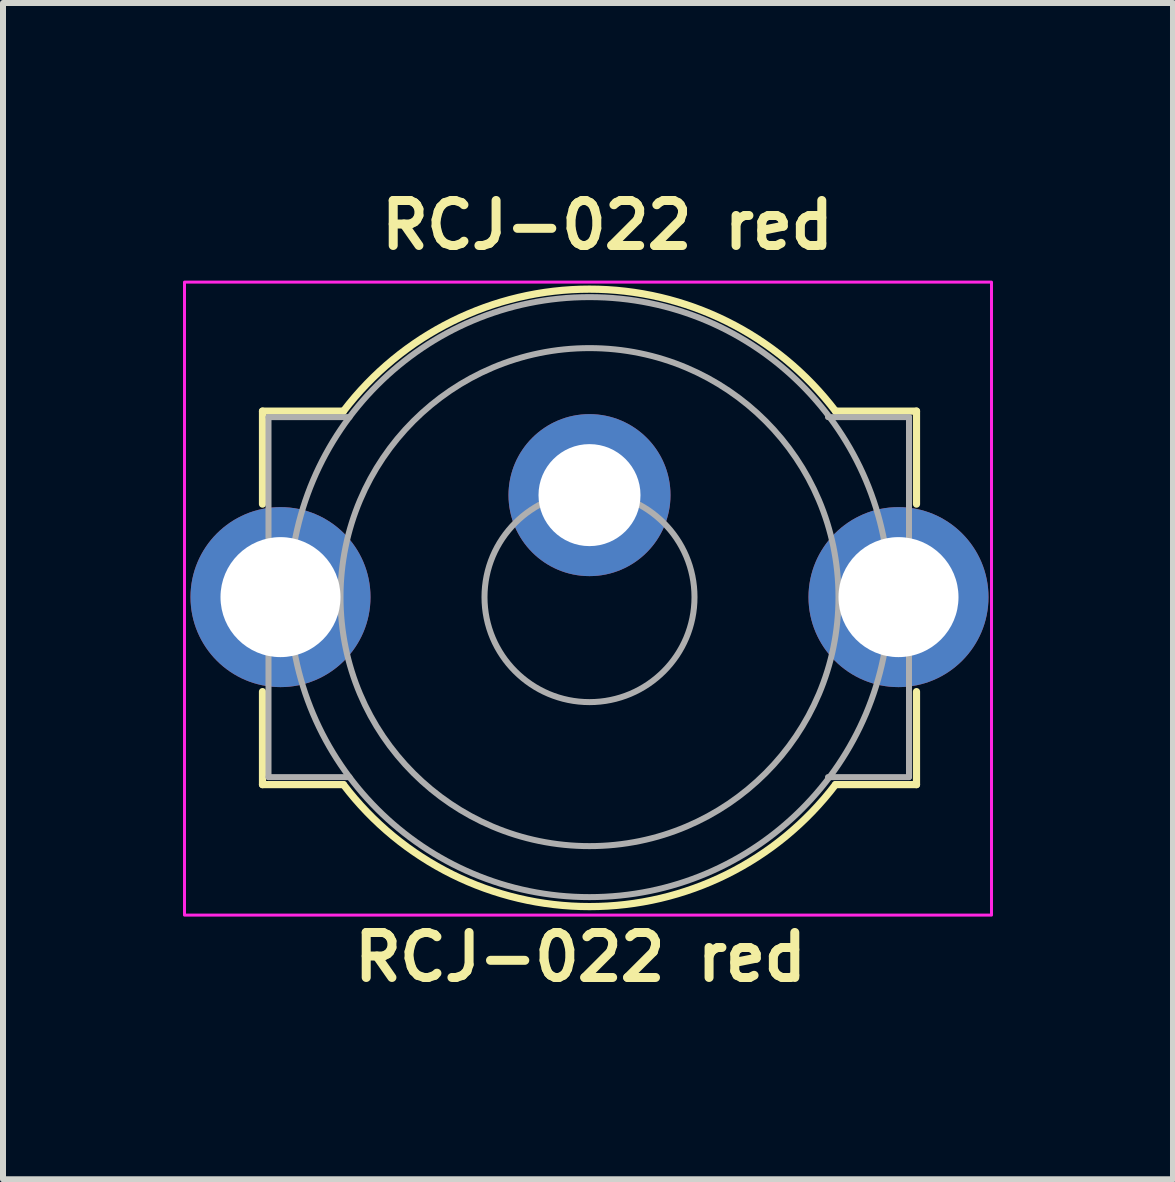
<source format=kicad_pcb>
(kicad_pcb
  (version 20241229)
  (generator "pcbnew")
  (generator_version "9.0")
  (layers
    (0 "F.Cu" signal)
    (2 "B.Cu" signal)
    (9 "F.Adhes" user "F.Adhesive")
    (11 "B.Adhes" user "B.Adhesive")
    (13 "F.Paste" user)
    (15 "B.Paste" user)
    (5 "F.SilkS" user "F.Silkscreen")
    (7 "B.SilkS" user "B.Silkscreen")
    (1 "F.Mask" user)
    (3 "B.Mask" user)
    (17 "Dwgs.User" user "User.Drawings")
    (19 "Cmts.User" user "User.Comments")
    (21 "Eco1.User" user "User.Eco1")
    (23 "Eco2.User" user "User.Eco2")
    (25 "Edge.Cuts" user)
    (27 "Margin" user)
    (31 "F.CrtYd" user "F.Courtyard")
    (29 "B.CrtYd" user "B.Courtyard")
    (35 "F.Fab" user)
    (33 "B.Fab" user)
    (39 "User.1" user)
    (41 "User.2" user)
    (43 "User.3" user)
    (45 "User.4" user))
  (footprint "RCJ-022 red"
    (layer "F.Cu")
    (at 1.625 6.902)
    (property "Reference" "RCJ-022 red" (at 5.45 -6.2 0) (layer "F.SilkS") (effects (font (size 0.75 0.75) (thickness 0.15))))
    (property "Value" "RCJ-022 red" (at 5.4 6.15 0) (layer "F.Fab") (hide yes) (effects (font (size 1 1) (thickness 0.15))))
    (fp_line (start -0.3 -3.1) (end -0.3 -1.55) (stroke (width 0.12) (type solid)) (layer "F.SilkS"))
    (fp_line (start -0.3 3.125) (end -0.3 1.575) (stroke (width 0.12) (type solid)) (layer "F.SilkS"))
    (fp_line (start -0.3 3.125) (end 1.05 3.125) (stroke (width 0.12) (type solid)) (layer "F.SilkS"))
    (fp_line (start 1.05 -3.1) (end -0.3 -3.1) (stroke (width 0.12) (type solid)) (layer "F.SilkS"))
    (fp_line (start 9.25 3.125) (end 10.6 3.125) (stroke (width 0.12) (type solid)) (layer "F.SilkS"))
    (fp_line (start 10.6 -3.1) (end 9.25 -3.1) (stroke (width 0.12) (type solid)) (layer "F.SilkS"))
    (fp_line (start 10.6 -3.1) (end 10.6 -1.55) (stroke (width 0.12) (type solid)) (layer "F.SilkS"))
    (fp_line (start 10.6 3.125) (end 10.6 1.575) (stroke (width 0.12) (type solid)) (layer "F.SilkS"))
    (fp_arc (start 1.05 -3.1) (mid 5.15 -5.132951) (end 9.25 -3.1) (stroke (width 0.12) (type solid)) (layer "F.SilkS"))
    (fp_arc (start 9.25 3.125) (mid 5.15 5.157951) (end 1.05 3.125) (stroke (width 0.12) (type solid)) (layer "F.SilkS"))
    (fp_rect (start -1.6 -5.25) (end 11.85 5.3) (stroke (width 0.05) (type solid)) (fill no) (layer "F.CrtYd"))
    (fp_line (start -0.2 -3) (end -0.2 3) (stroke (width 0.1) (type solid)) (layer "F.Fab"))
    (fp_line (start -0.2 3) (end 1.15 3) (stroke (width 0.1) (type solid)) (layer "F.Fab"))
    (fp_line (start 1.15 -3) (end -0.2 -3) (stroke (width 0.1) (type solid)) (layer "F.Fab"))
    (fp_line (start 9.125 3) (end 10.475 3) (stroke (width 0.1) (type solid)) (layer "F.Fab"))
    (fp_line (start 10.475 -3) (end 9.125 -3) (stroke (width 0.1) (type solid)) (layer "F.Fab"))
    (fp_line (start 10.475 3) (end 10.475 -3) (stroke (width 0.1) (type solid)) (layer "F.Fab"))
    (fp_circle (center 5.15 0) (end 5.15 1.75) (stroke (width 0.1) (type solid)) (fill no) (layer "F.Fab"))
    (fp_circle (center 5.15 0) (end 5.15 4.15) (stroke (width 0.1) (type solid)) (fill no) (layer "F.Fab"))
    (fp_circle (center 5.15 0) (end 5.15 5) (stroke (width 0.1) (type solid)) (fill no) (layer "F.Fab"))
    (fp_text user "${VALUE}" (at 5 6 0) (layer "F.SilkS") (effects (font (size 0.75 0.75) (thickness 0.15))))
    (pad "S" thru_hole circle (at 0 0) (size 3 3) (drill 2) (layers "*.Cu" "*.Mask"))
    (pad "S" thru_hole circle (at 10.3 0) (size 3 3) (drill 2) (layers "*.Cu" "*.Mask"))
    (pad "T" thru_hole circle (at 5.15 -1.7) (size 2.7 2.7) (drill 1.7) (layers "*.Cu" "*.Mask")))
  (gr_rect
    (start -3 -3)
    (end 16.5 16.604)
    (stroke (width 0.1) (type default))
    (fill no)
    (layer "Edge.Cuts")))
</source>
